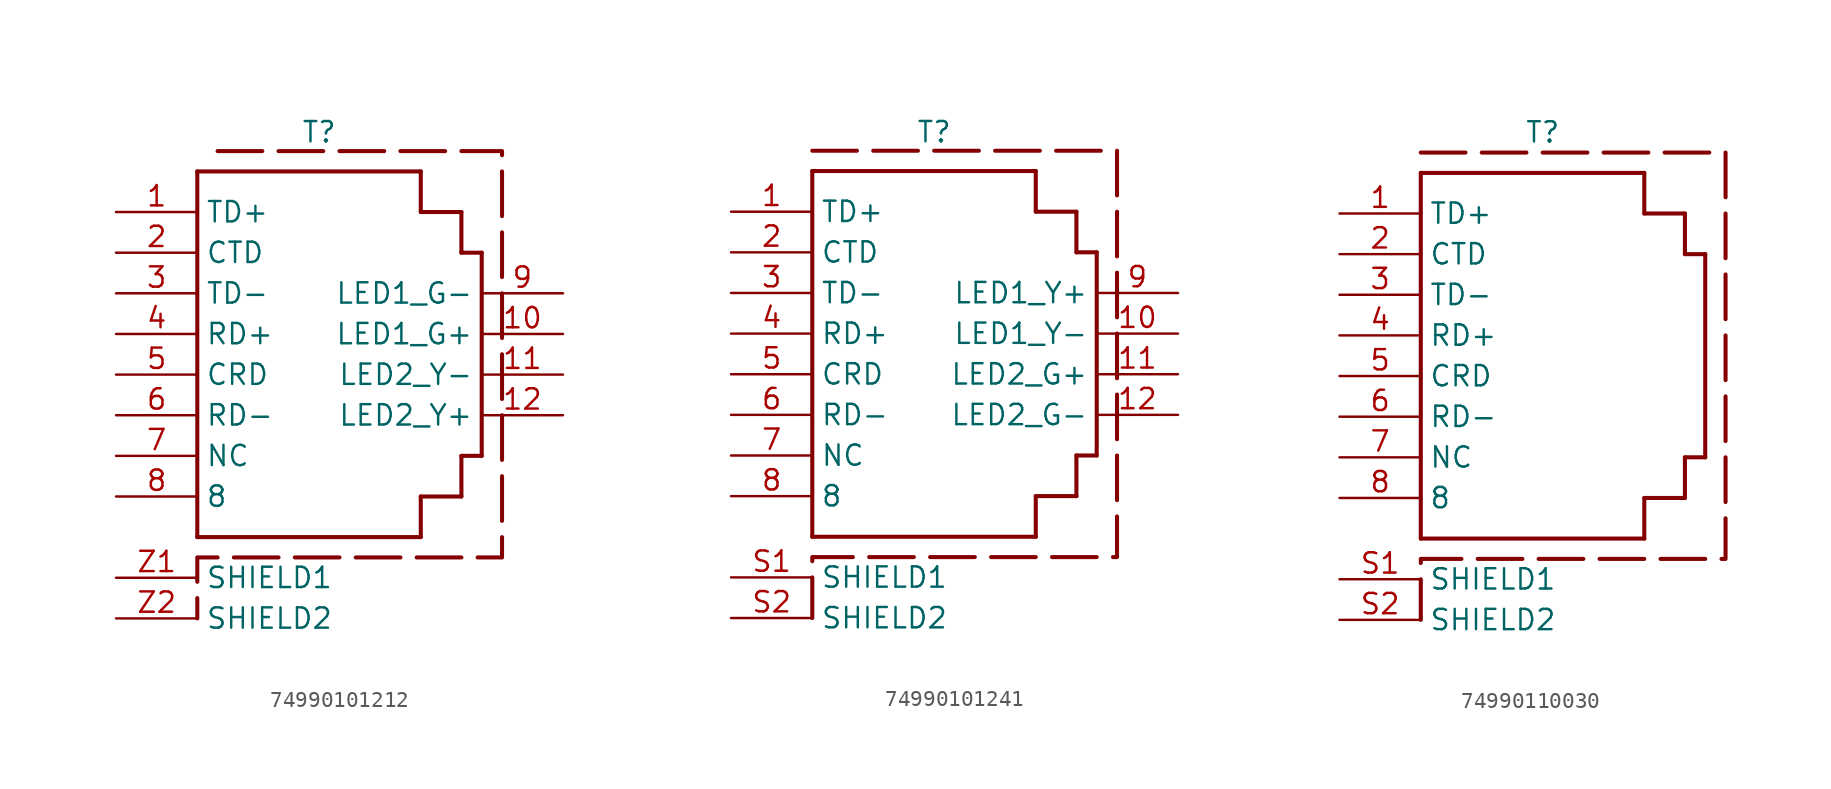
<source format=kicad_sym>
(kicad_symbol_lib
  (version 20220914)
  (generator kicad_symbol_editor)
  (symbol "74990101212"
    (property "Reference" "T"
      (at 0 15.16 0)
      (effects (font (size 1.27 1.27))))
    (property "Critical Parameter" ""
      (at 0 -5.08 0)
      (effects (font (size 1.27 1.27)) (justify left)))
    (symbol "74990101212_0_0"
      (polyline (pts (xy -7.62 -10.16) (xy -7.62 12.7)) (stroke (width 0.254) (type default)) (fill (type none)))
      (polyline (pts (xy -7.62 12.7) (xy 6.35 12.7)) (stroke (width 0.254) (type default)) (fill (type none)))
      (polyline (pts (xy 6.35 -10.16) (xy -7.62 -10.16)) (stroke (width 0.254) (type default)) (fill (type none)))
      (polyline (pts (xy 6.35 -10.16) (xy 6.35 -7.62)) (stroke (width 0.254) (type default)) (fill (type none)))
      (polyline (pts (xy 6.35 -7.62) (xy 8.89 -7.62)) (stroke (width 0.254) (type default)) (fill (type none)))
      (polyline (pts (xy 6.35 10.16) (xy 8.89 10.16)) (stroke (width 0.254) (type default)) (fill (type none)))
      (polyline (pts (xy 6.35 12.7) (xy 6.35 10.16)) (stroke (width 0.254) (type default)) (fill (type none)))
      (polyline (pts (xy 8.89 -7.62) (xy 8.89 -5.08)) (stroke (width 0.254) (type default)) (fill (type none)))
      (polyline (pts (xy 8.89 -5.08) (xy 10.16 -5.08)) (stroke (width 0.254) (type default)) (fill (type none)))
      (polyline (pts (xy 8.89 7.62) (xy 10.16 7.62)) (stroke (width 0.254) (type default)) (fill (type none)))
      (polyline (pts (xy 8.89 10.16) (xy 8.89 7.62)) (stroke (width 0.254) (type default)) (fill (type none)))
      (polyline (pts (xy 10.16 7.62) (xy 10.16 -5.08)) (stroke (width 0.254) (type default)) (fill (type none)))
      (pin passive line (at -12.7 10.16 0) (length 5.08) (name "TD+" (effects (font (size 1.27 1.27)))) (number "1" (effects (font (size 1.27 1.27)))))
      (pin passive line (at -12.7 7.62 0) (length 5.08) (name "CTD" (effects (font (size 1.27 1.27)))) (number "2" (effects (font (size 1.27 1.27)))))
      (pin passive line (at -12.7 5.08 0) (length 5.08) (name "TD-" (effects (font (size 1.27 1.27)))) (number "3" (effects (font (size 1.27 1.27)))))
      (pin passive line (at -12.7 2.54 0) (length 5.08) (name "RD+" (effects (font (size 1.27 1.27)))) (number "4" (effects (font (size 1.27 1.27)))))
      (pin passive line (at -12.7 0 0) (length 5.08) (name "CRD" (effects (font (size 1.27 1.27)))) (number "5" (effects (font (size 1.27 1.27)))))
      (pin passive line (at -12.7 -2.54 0) (length 5.08) (name "RD-" (effects (font (size 1.27 1.27)))) (number "6" (effects (font (size 1.27 1.27)))))
      (pin passive line (at -12.7 -5.08 0) (length 5.08) (name "NC" (effects (font (size 1.27 1.27)))) (number "7" (effects (font (size 1.27 1.27)))))
      (pin passive line (at -12.7 -7.62 0) (length 5.08) (name "8" (effects (font (size 1.27 1.27)))) (number "8" (effects (font (size 1.27 1.27)))))
      (pin passive line (at -12.7 -12.7 0) (length 5.08) (name "SHIELD1" (effects (font (size 1.27 1.27)))) (number "Z1" (effects (font (size 1.27 1.27)))))
      (pin passive line (at -12.7 -15.24 0) (length 5.08) (name "SHIELD2" (effects (font (size 1.27 1.27)))) (number "Z2" (effects (font (size 1.27 1.27))))))
    (symbol "74990101212_1_0"
      (pin passive line (at 15.24 2.54 180) (length 5.08) (name "LED1_G+" (effects (font (size 1.27 1.27)))) (number "10" (effects (font (size 1.27 1.27)))))
      (pin passive line (at 15.24 0 180) (length 5.08) (name "LED2_Y-" (effects (font (size 1.27 1.27)))) (number "11" (effects (font (size 1.27 1.27)))))
      (pin passive line (at 15.24 -2.54 180) (length 5.08) (name "LED2_Y+" (effects (font (size 1.27 1.27)))) (number "12" (effects (font (size 1.27 1.27)))))
      (pin passive line (at 15.24 5.08 180) (length 5.08) (name "LED1_G-" (effects (font (size 1.27 1.27)))) (number "9" (effects (font (size 1.27 1.27))))))
    (symbol "74990101212_1_1"
      (polyline (pts (xy -6.35 13.97) (xy 11.43 13.97) (xy 11.43 -11.43) (xy -7.62 -11.43) (xy -7.62 -15.24)) (stroke (width 0.254) (type dash)) (fill (type none)))))
  (symbol "74990101241"
    (property "Reference" "T"
      (at 0 15.14 0)
      (effects (font (size 1.27 1.27))))
    (property "Critical Parameter" ""
      (at 0 -5.08 0)
      (effects (font (size 1.27 1.27)) (justify left)))
    (symbol "74990101241_0_0"
      (polyline (pts (xy -7.62 -10.16) (xy -7.62 12.7)) (stroke (width 0.254) (type default)) (fill (type none)))
      (polyline (pts (xy -7.62 12.7) (xy 6.35 12.7)) (stroke (width 0.254) (type default)) (fill (type none)))
      (polyline (pts (xy 6.35 -10.16) (xy -7.62 -10.16)) (stroke (width 0.254) (type default)) (fill (type none)))
      (polyline (pts (xy 6.35 -10.16) (xy 6.35 -7.62)) (stroke (width 0.254) (type default)) (fill (type none)))
      (polyline (pts (xy 6.35 -7.62) (xy 8.89 -7.62)) (stroke (width 0.254) (type default)) (fill (type none)))
      (polyline (pts (xy 6.35 10.16) (xy 8.89 10.16)) (stroke (width 0.254) (type default)) (fill (type none)))
      (polyline (pts (xy 6.35 12.7) (xy 6.35 10.16)) (stroke (width 0.254) (type default)) (fill (type none)))
      (polyline (pts (xy 8.89 -7.62) (xy 8.89 -5.08)) (stroke (width 0.254) (type default)) (fill (type none)))
      (polyline (pts (xy 8.89 -5.08) (xy 10.16 -5.08)) (stroke (width 0.254) (type default)) (fill (type none)))
      (polyline (pts (xy 8.89 7.62) (xy 10.16 7.62)) (stroke (width 0.254) (type default)) (fill (type none)))
      (polyline (pts (xy 8.89 10.16) (xy 8.89 7.62)) (stroke (width 0.254) (type default)) (fill (type none)))
      (polyline (pts (xy 10.16 7.62) (xy 10.16 -5.08)) (stroke (width 0.254) (type default)) (fill (type none)))
      (pin passive line (at -12.7 10.16 0) (length 5.08) (name "TD+" (effects (font (size 1.27 1.27)))) (number "1" (effects (font (size 1.27 1.27)))))
      (pin passive line (at -12.7 7.62 0) (length 5.08) (name "CTD" (effects (font (size 1.27 1.27)))) (number "2" (effects (font (size 1.27 1.27)))))
      (pin passive line (at -12.7 5.08 0) (length 5.08) (name "TD-" (effects (font (size 1.27 1.27)))) (number "3" (effects (font (size 1.27 1.27)))))
      (pin passive line (at -12.7 2.54 0) (length 5.08) (name "RD+" (effects (font (size 1.27 1.27)))) (number "4" (effects (font (size 1.27 1.27)))))
      (pin passive line (at -12.7 0 0) (length 5.08) (name "CRD" (effects (font (size 1.27 1.27)))) (number "5" (effects (font (size 1.27 1.27)))))
      (pin passive line (at -12.7 -2.54 0) (length 5.08) (name "RD-" (effects (font (size 1.27 1.27)))) (number "6" (effects (font (size 1.27 1.27)))))
      (pin passive line (at -12.7 -5.08 0) (length 5.08) (name "NC" (effects (font (size 1.27 1.27)))) (number "7" (effects (font (size 1.27 1.27)))))
      (pin passive line (at -12.7 -7.62 0) (length 5.08) (name "8" (effects (font (size 1.27 1.27)))) (number "8" (effects (font (size 1.27 1.27)))))
      (pin passive line (at -12.7 -12.7 0) (length 5.08) (name "SHIELD1" (effects (font (size 1.27 1.27)))) (number "S1" (effects (font (size 1.27 1.27)))))
      (pin passive line (at -12.7 -15.24 0) (length 5.08) (name "SHIELD2" (effects (font (size 1.27 1.27)))) (number "S2" (effects (font (size 1.27 1.27))))))
    (symbol "74990101241_1_0"
      (pin passive line (at 15.24 2.54 180) (length 5.08) (name "LED1_Y-" (effects (font (size 1.27 1.27)))) (number "10" (effects (font (size 1.27 1.27)))))
      (pin passive line (at 15.24 0 180) (length 5.08) (name "LED2_G+" (effects (font (size 1.27 1.27)))) (number "11" (effects (font (size 1.27 1.27)))))
      (pin passive line (at 15.24 -2.54 180) (length 5.08) (name "LED2_G-" (effects (font (size 1.27 1.27)))) (number "12" (effects (font (size 1.27 1.27)))))
      (pin passive line (at 15.24 5.08 180) (length 5.08) (name "LED1_Y+" (effects (font (size 1.27 1.27)))) (number "9" (effects (font (size 1.27 1.27))))))
    (symbol "74990101241_1_1"
      (polyline (pts (xy -7.62 13.97) (xy 11.43 13.97) (xy 11.43 -11.43) (xy -7.62 -11.43) (xy -7.62 -15.24)) (stroke (width 0.254) (type dash)) (fill (type none)))))
  (symbol "74990110030"
    (property "Reference" "T"
      (at 0 15.24 0)
      (effects (font (size 1.27 1.27))))
    (property "Critical Parameter" ""
      (at 0 -5.08 0)
      (effects (font (size 1.27 1.27)) (justify left)))
    (symbol "74990110030_0_0"
      (polyline (pts (xy -7.62 -10.16) (xy -7.62 12.7)) (stroke (width 0.254) (type default)) (fill (type none)))
      (polyline (pts (xy -7.62 12.7) (xy 6.35 12.7)) (stroke (width 0.254) (type default)) (fill (type none)))
      (polyline (pts (xy 6.35 -10.16) (xy -7.62 -10.16)) (stroke (width 0.254) (type default)) (fill (type none)))
      (polyline (pts (xy 6.35 -10.16) (xy 6.35 -7.62)) (stroke (width 0.254) (type default)) (fill (type none)))
      (polyline (pts (xy 6.35 -7.62) (xy 8.89 -7.62)) (stroke (width 0.254) (type default)) (fill (type none)))
      (polyline (pts (xy 6.35 10.16) (xy 8.89 10.16)) (stroke (width 0.254) (type default)) (fill (type none)))
      (polyline (pts (xy 6.35 12.7) (xy 6.35 10.16)) (stroke (width 0.254) (type default)) (fill (type none)))
      (polyline (pts (xy 8.89 -7.62) (xy 8.89 -5.08)) (stroke (width 0.254) (type default)) (fill (type none)))
      (polyline (pts (xy 8.89 -5.08) (xy 10.16 -5.08)) (stroke (width 0.254) (type default)) (fill (type none)))
      (polyline (pts (xy 8.89 7.62) (xy 10.16 7.62)) (stroke (width 0.254) (type default)) (fill (type none)))
      (polyline (pts (xy 8.89 10.16) (xy 8.89 7.62)) (stroke (width 0.254) (type default)) (fill (type none)))
      (polyline (pts (xy 10.16 7.62) (xy 10.16 -5.08)) (stroke (width 0.254) (type default)) (fill (type none)))
      (pin passive line (at -12.7 10.16 0) (length 5.08) (name "TD+" (effects (font (size 1.27 1.27)))) (number "1" (effects (font (size 1.27 1.27)))))
      (pin passive line (at -12.7 7.62 0) (length 5.08) (name "CTD" (effects (font (size 1.27 1.27)))) (number "2" (effects (font (size 1.27 1.27)))))
      (pin passive line (at -12.7 5.08 0) (length 5.08) (name "TD-" (effects (font (size 1.27 1.27)))) (number "3" (effects (font (size 1.27 1.27)))))
      (pin passive line (at -12.7 2.54 0) (length 5.08) (name "RD+" (effects (font (size 1.27 1.27)))) (number "4" (effects (font (size 1.27 1.27)))))
      (pin passive line (at -12.7 0 0) (length 5.08) (name "CRD" (effects (font (size 1.27 1.27)))) (number "5" (effects (font (size 1.27 1.27)))))
      (pin passive line (at -12.7 -2.54 0) (length 5.08) (name "RD-" (effects (font (size 1.27 1.27)))) (number "6" (effects (font (size 1.27 1.27)))))
      (pin passive line (at -12.7 -5.08 0) (length 5.08) (name "NC" (effects (font (size 1.27 1.27)))) (number "7" (effects (font (size 1.27 1.27)))))
      (pin passive line (at -12.7 -7.62 0) (length 5.08) (name "8" (effects (font (size 1.27 1.27)))) (number "8" (effects (font (size 1.27 1.27)))))
      (pin passive line (at -12.7 -12.7 0) (length 5.08) (name "SHIELD1" (effects (font (size 1.27 1.27)))) (number "S1" (effects (font (size 1.27 1.27)))))
      (pin passive line (at -12.7 -15.24 0) (length 5.08) (name "SHIELD2" (effects (font (size 1.27 1.27)))) (number "S2" (effects (font (size 1.27 1.27))))))
    (symbol "74990110030_1_1"
      (polyline (pts (xy -7.62 13.97) (xy 11.43 13.97) (xy 11.43 -11.43) (xy -7.62 -11.43) (xy -7.62 -15.24)) (stroke (width 0.254) (type dash)) (fill (type none))))))
</source>
